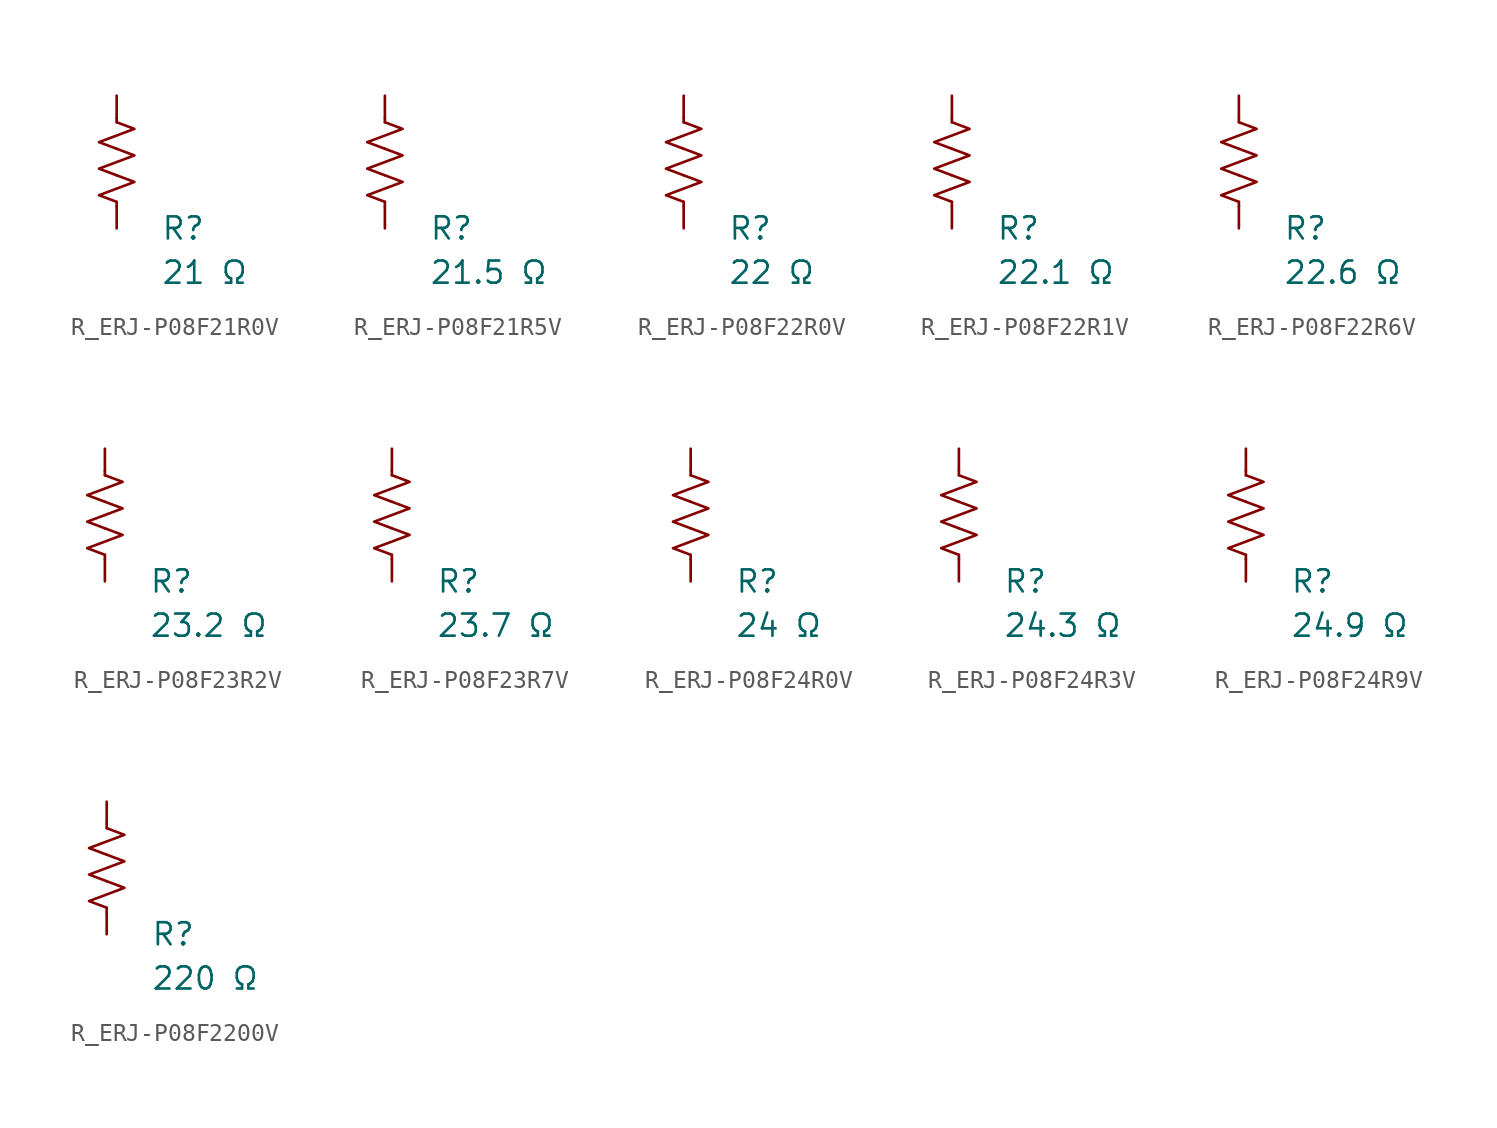
<source format=kicad_sym>
(kicad_symbol_lib
  (version 20231120)
  (generator "kicad_symbol_editor")
  (generator_version "8.0")
  (symbol "R_ERJ-P08F21R0V"
    (pin_numbers hide)
    (pin_names
      (offset 0))
    (property "Reference" "R"
      (at 2.54 -3.81 0)
      (effects (font (size 1.27 1.27)) (justify left))
      (show_name no))
    (property "Value" "21 Ω"
      (at 2.54 -6.35 0)
      (effects (font (size 1.27 1.27)) (justify left))
      (show_name no))
    (symbol "R_ERJ-P08F21R0V_0_1"
      (polyline (pts (xy 0 -2.286) (xy 0 -2.54)) (stroke (width 0) (type default)) (fill (type none)))
      (polyline (pts (xy 0 2.286) (xy 0 2.54)) (stroke (width 0) (type default)) (fill (type none)))
      (polyline (pts (xy 0 -0.762) (xy 1.016 -1.143) (xy 0 -1.524) (xy -1.016 -1.905) (xy 0 -2.286)) (stroke (width 0) (type default)) (fill (type none)))
      (polyline (pts (xy 0 0.762) (xy 1.016 0.381) (xy 0 0) (xy -1.016 -0.381) (xy 0 -0.762)) (stroke (width 0) (type default)) (fill (type none)))
      (polyline (pts (xy 0 2.286) (xy 1.016 1.905) (xy 0 1.524) (xy -1.016 1.143) (xy 0 0.762)) (stroke (width 0) (type default)) (fill (type none))))
    (symbol "R_ERJ-P08F21R0V_1_1"
      (pin passive line (at 0 3.81 270) (length 1.27) (name "~" (effects (font (size 1.27 1.27)))) (number "1" (effects (font (size 1.27 1.27)))))
      (pin passive line (at 0 -3.81 90) (length 1.27) (name "~" (effects (font (size 1.27 1.27)))) (number "2" (effects (font (size 1.27 1.27)))))))
  (symbol "R_ERJ-P08F21R5V"
    (pin_numbers hide)
    (pin_names
      (offset 0))
    (property "Reference" "R"
      (at 2.54 -3.81 0)
      (effects (font (size 1.27 1.27)) (justify left))
      (show_name no))
    (property "Value" "21.5 Ω"
      (at 2.54 -6.35 0)
      (effects (font (size 1.27 1.27)) (justify left))
      (show_name no))
    (symbol "R_ERJ-P08F21R5V_0_1"
      (polyline (pts (xy 0 -2.286) (xy 0 -2.54)) (stroke (width 0) (type default)) (fill (type none)))
      (polyline (pts (xy 0 2.286) (xy 0 2.54)) (stroke (width 0) (type default)) (fill (type none)))
      (polyline (pts (xy 0 -0.762) (xy 1.016 -1.143) (xy 0 -1.524) (xy -1.016 -1.905) (xy 0 -2.286)) (stroke (width 0) (type default)) (fill (type none)))
      (polyline (pts (xy 0 0.762) (xy 1.016 0.381) (xy 0 0) (xy -1.016 -0.381) (xy 0 -0.762)) (stroke (width 0) (type default)) (fill (type none)))
      (polyline (pts (xy 0 2.286) (xy 1.016 1.905) (xy 0 1.524) (xy -1.016 1.143) (xy 0 0.762)) (stroke (width 0) (type default)) (fill (type none))))
    (symbol "R_ERJ-P08F21R5V_1_1"
      (pin passive line (at 0 3.81 270) (length 1.27) (name "~" (effects (font (size 1.27 1.27)))) (number "1" (effects (font (size 1.27 1.27)))))
      (pin passive line (at 0 -3.81 90) (length 1.27) (name "~" (effects (font (size 1.27 1.27)))) (number "2" (effects (font (size 1.27 1.27)))))))
  (symbol "R_ERJ-P08F22R0V"
    (pin_numbers hide)
    (pin_names
      (offset 0))
    (property "Reference" "R"
      (at 2.54 -3.81 0)
      (effects (font (size 1.27 1.27)) (justify left))
      (show_name no))
    (property "Value" "22 Ω"
      (at 2.54 -6.35 0)
      (effects (font (size 1.27 1.27)) (justify left))
      (show_name no))
    (symbol "R_ERJ-P08F22R0V_0_1"
      (polyline (pts (xy 0 -2.286) (xy 0 -2.54)) (stroke (width 0) (type default)) (fill (type none)))
      (polyline (pts (xy 0 2.286) (xy 0 2.54)) (stroke (width 0) (type default)) (fill (type none)))
      (polyline (pts (xy 0 -0.762) (xy 1.016 -1.143) (xy 0 -1.524) (xy -1.016 -1.905) (xy 0 -2.286)) (stroke (width 0) (type default)) (fill (type none)))
      (polyline (pts (xy 0 0.762) (xy 1.016 0.381) (xy 0 0) (xy -1.016 -0.381) (xy 0 -0.762)) (stroke (width 0) (type default)) (fill (type none)))
      (polyline (pts (xy 0 2.286) (xy 1.016 1.905) (xy 0 1.524) (xy -1.016 1.143) (xy 0 0.762)) (stroke (width 0) (type default)) (fill (type none))))
    (symbol "R_ERJ-P08F22R0V_1_1"
      (pin passive line (at 0 3.81 270) (length 1.27) (name "~" (effects (font (size 1.27 1.27)))) (number "1" (effects (font (size 1.27 1.27)))))
      (pin passive line (at 0 -3.81 90) (length 1.27) (name "~" (effects (font (size 1.27 1.27)))) (number "2" (effects (font (size 1.27 1.27)))))))
  (symbol "R_ERJ-P08F22R1V"
    (pin_numbers hide)
    (pin_names
      (offset 0))
    (property "Reference" "R"
      (at 2.54 -3.81 0)
      (effects (font (size 1.27 1.27)) (justify left))
      (show_name no))
    (property "Value" "22.1 Ω"
      (at 2.54 -6.35 0)
      (effects (font (size 1.27 1.27)) (justify left))
      (show_name no))
    (symbol "R_ERJ-P08F22R1V_0_1"
      (polyline (pts (xy 0 -2.286) (xy 0 -2.54)) (stroke (width 0) (type default)) (fill (type none)))
      (polyline (pts (xy 0 2.286) (xy 0 2.54)) (stroke (width 0) (type default)) (fill (type none)))
      (polyline (pts (xy 0 -0.762) (xy 1.016 -1.143) (xy 0 -1.524) (xy -1.016 -1.905) (xy 0 -2.286)) (stroke (width 0) (type default)) (fill (type none)))
      (polyline (pts (xy 0 0.762) (xy 1.016 0.381) (xy 0 0) (xy -1.016 -0.381) (xy 0 -0.762)) (stroke (width 0) (type default)) (fill (type none)))
      (polyline (pts (xy 0 2.286) (xy 1.016 1.905) (xy 0 1.524) (xy -1.016 1.143) (xy 0 0.762)) (stroke (width 0) (type default)) (fill (type none))))
    (symbol "R_ERJ-P08F22R1V_1_1"
      (pin passive line (at 0 3.81 270) (length 1.27) (name "~" (effects (font (size 1.27 1.27)))) (number "1" (effects (font (size 1.27 1.27)))))
      (pin passive line (at 0 -3.81 90) (length 1.27) (name "~" (effects (font (size 1.27 1.27)))) (number "2" (effects (font (size 1.27 1.27)))))))
  (symbol "R_ERJ-P08F22R6V"
    (pin_numbers hide)
    (pin_names
      (offset 0))
    (property "Reference" "R"
      (at 2.54 -3.81 0)
      (effects (font (size 1.27 1.27)) (justify left))
      (show_name no))
    (property "Value" "22.6 Ω"
      (at 2.54 -6.35 0)
      (effects (font (size 1.27 1.27)) (justify left))
      (show_name no))
    (symbol "R_ERJ-P08F22R6V_0_1"
      (polyline (pts (xy 0 -2.286) (xy 0 -2.54)) (stroke (width 0) (type default)) (fill (type none)))
      (polyline (pts (xy 0 2.286) (xy 0 2.54)) (stroke (width 0) (type default)) (fill (type none)))
      (polyline (pts (xy 0 -0.762) (xy 1.016 -1.143) (xy 0 -1.524) (xy -1.016 -1.905) (xy 0 -2.286)) (stroke (width 0) (type default)) (fill (type none)))
      (polyline (pts (xy 0 0.762) (xy 1.016 0.381) (xy 0 0) (xy -1.016 -0.381) (xy 0 -0.762)) (stroke (width 0) (type default)) (fill (type none)))
      (polyline (pts (xy 0 2.286) (xy 1.016 1.905) (xy 0 1.524) (xy -1.016 1.143) (xy 0 0.762)) (stroke (width 0) (type default)) (fill (type none))))
    (symbol "R_ERJ-P08F22R6V_1_1"
      (pin passive line (at 0 3.81 270) (length 1.27) (name "~" (effects (font (size 1.27 1.27)))) (number "1" (effects (font (size 1.27 1.27)))))
      (pin passive line (at 0 -3.81 90) (length 1.27) (name "~" (effects (font (size 1.27 1.27)))) (number "2" (effects (font (size 1.27 1.27)))))))
  (symbol "R_ERJ-P08F23R2V"
    (pin_numbers hide)
    (pin_names
      (offset 0))
    (property "Reference" "R"
      (at 2.54 -3.81 0)
      (effects (font (size 1.27 1.27)) (justify left))
      (show_name no))
    (property "Value" "23.2 Ω"
      (at 2.54 -6.35 0)
      (effects (font (size 1.27 1.27)) (justify left))
      (show_name no))
    (symbol "R_ERJ-P08F23R2V_0_1"
      (polyline (pts (xy 0 -2.286) (xy 0 -2.54)) (stroke (width 0) (type default)) (fill (type none)))
      (polyline (pts (xy 0 2.286) (xy 0 2.54)) (stroke (width 0) (type default)) (fill (type none)))
      (polyline (pts (xy 0 -0.762) (xy 1.016 -1.143) (xy 0 -1.524) (xy -1.016 -1.905) (xy 0 -2.286)) (stroke (width 0) (type default)) (fill (type none)))
      (polyline (pts (xy 0 0.762) (xy 1.016 0.381) (xy 0 0) (xy -1.016 -0.381) (xy 0 -0.762)) (stroke (width 0) (type default)) (fill (type none)))
      (polyline (pts (xy 0 2.286) (xy 1.016 1.905) (xy 0 1.524) (xy -1.016 1.143) (xy 0 0.762)) (stroke (width 0) (type default)) (fill (type none))))
    (symbol "R_ERJ-P08F23R2V_1_1"
      (pin passive line (at 0 3.81 270) (length 1.27) (name "~" (effects (font (size 1.27 1.27)))) (number "1" (effects (font (size 1.27 1.27)))))
      (pin passive line (at 0 -3.81 90) (length 1.27) (name "~" (effects (font (size 1.27 1.27)))) (number "2" (effects (font (size 1.27 1.27)))))))
  (symbol "R_ERJ-P08F23R7V"
    (pin_numbers hide)
    (pin_names
      (offset 0))
    (property "Reference" "R"
      (at 2.54 -3.81 0)
      (effects (font (size 1.27 1.27)) (justify left))
      (show_name no))
    (property "Value" "23.7 Ω"
      (at 2.54 -6.35 0)
      (effects (font (size 1.27 1.27)) (justify left))
      (show_name no))
    (symbol "R_ERJ-P08F23R7V_0_1"
      (polyline (pts (xy 0 -2.286) (xy 0 -2.54)) (stroke (width 0) (type default)) (fill (type none)))
      (polyline (pts (xy 0 2.286) (xy 0 2.54)) (stroke (width 0) (type default)) (fill (type none)))
      (polyline (pts (xy 0 -0.762) (xy 1.016 -1.143) (xy 0 -1.524) (xy -1.016 -1.905) (xy 0 -2.286)) (stroke (width 0) (type default)) (fill (type none)))
      (polyline (pts (xy 0 0.762) (xy 1.016 0.381) (xy 0 0) (xy -1.016 -0.381) (xy 0 -0.762)) (stroke (width 0) (type default)) (fill (type none)))
      (polyline (pts (xy 0 2.286) (xy 1.016 1.905) (xy 0 1.524) (xy -1.016 1.143) (xy 0 0.762)) (stroke (width 0) (type default)) (fill (type none))))
    (symbol "R_ERJ-P08F23R7V_1_1"
      (pin passive line (at 0 3.81 270) (length 1.27) (name "~" (effects (font (size 1.27 1.27)))) (number "1" (effects (font (size 1.27 1.27)))))
      (pin passive line (at 0 -3.81 90) (length 1.27) (name "~" (effects (font (size 1.27 1.27)))) (number "2" (effects (font (size 1.27 1.27)))))))
  (symbol "R_ERJ-P08F24R0V"
    (pin_numbers hide)
    (pin_names
      (offset 0))
    (property "Reference" "R"
      (at 2.54 -3.81 0)
      (effects (font (size 1.27 1.27)) (justify left))
      (show_name no))
    (property "Value" "24 Ω"
      (at 2.54 -6.35 0)
      (effects (font (size 1.27 1.27)) (justify left))
      (show_name no))
    (symbol "R_ERJ-P08F24R0V_0_1"
      (polyline (pts (xy 0 -2.286) (xy 0 -2.54)) (stroke (width 0) (type default)) (fill (type none)))
      (polyline (pts (xy 0 2.286) (xy 0 2.54)) (stroke (width 0) (type default)) (fill (type none)))
      (polyline (pts (xy 0 -0.762) (xy 1.016 -1.143) (xy 0 -1.524) (xy -1.016 -1.905) (xy 0 -2.286)) (stroke (width 0) (type default)) (fill (type none)))
      (polyline (pts (xy 0 0.762) (xy 1.016 0.381) (xy 0 0) (xy -1.016 -0.381) (xy 0 -0.762)) (stroke (width 0) (type default)) (fill (type none)))
      (polyline (pts (xy 0 2.286) (xy 1.016 1.905) (xy 0 1.524) (xy -1.016 1.143) (xy 0 0.762)) (stroke (width 0) (type default)) (fill (type none))))
    (symbol "R_ERJ-P08F24R0V_1_1"
      (pin passive line (at 0 3.81 270) (length 1.27) (name "~" (effects (font (size 1.27 1.27)))) (number "1" (effects (font (size 1.27 1.27)))))
      (pin passive line (at 0 -3.81 90) (length 1.27) (name "~" (effects (font (size 1.27 1.27)))) (number "2" (effects (font (size 1.27 1.27)))))))
  (symbol "R_ERJ-P08F24R3V"
    (pin_numbers hide)
    (pin_names
      (offset 0))
    (property "Reference" "R"
      (at 2.54 -3.81 0)
      (effects (font (size 1.27 1.27)) (justify left))
      (show_name no))
    (property "Value" "24.3 Ω"
      (at 2.54 -6.35 0)
      (effects (font (size 1.27 1.27)) (justify left))
      (show_name no))
    (symbol "R_ERJ-P08F24R3V_0_1"
      (polyline (pts (xy 0 -2.286) (xy 0 -2.54)) (stroke (width 0) (type default)) (fill (type none)))
      (polyline (pts (xy 0 2.286) (xy 0 2.54)) (stroke (width 0) (type default)) (fill (type none)))
      (polyline (pts (xy 0 -0.762) (xy 1.016 -1.143) (xy 0 -1.524) (xy -1.016 -1.905) (xy 0 -2.286)) (stroke (width 0) (type default)) (fill (type none)))
      (polyline (pts (xy 0 0.762) (xy 1.016 0.381) (xy 0 0) (xy -1.016 -0.381) (xy 0 -0.762)) (stroke (width 0) (type default)) (fill (type none)))
      (polyline (pts (xy 0 2.286) (xy 1.016 1.905) (xy 0 1.524) (xy -1.016 1.143) (xy 0 0.762)) (stroke (width 0) (type default)) (fill (type none))))
    (symbol "R_ERJ-P08F24R3V_1_1"
      (pin passive line (at 0 3.81 270) (length 1.27) (name "~" (effects (font (size 1.27 1.27)))) (number "1" (effects (font (size 1.27 1.27)))))
      (pin passive line (at 0 -3.81 90) (length 1.27) (name "~" (effects (font (size 1.27 1.27)))) (number "2" (effects (font (size 1.27 1.27)))))))
  (symbol "R_ERJ-P08F24R9V"
    (pin_numbers hide)
    (pin_names
      (offset 0))
    (property "Reference" "R"
      (at 2.54 -3.81 0)
      (effects (font (size 1.27 1.27)) (justify left))
      (show_name no))
    (property "Value" "24.9 Ω"
      (at 2.54 -6.35 0)
      (effects (font (size 1.27 1.27)) (justify left))
      (show_name no))
    (symbol "R_ERJ-P08F24R9V_0_1"
      (polyline (pts (xy 0 -2.286) (xy 0 -2.54)) (stroke (width 0) (type default)) (fill (type none)))
      (polyline (pts (xy 0 2.286) (xy 0 2.54)) (stroke (width 0) (type default)) (fill (type none)))
      (polyline (pts (xy 0 -0.762) (xy 1.016 -1.143) (xy 0 -1.524) (xy -1.016 -1.905) (xy 0 -2.286)) (stroke (width 0) (type default)) (fill (type none)))
      (polyline (pts (xy 0 0.762) (xy 1.016 0.381) (xy 0 0) (xy -1.016 -0.381) (xy 0 -0.762)) (stroke (width 0) (type default)) (fill (type none)))
      (polyline (pts (xy 0 2.286) (xy 1.016 1.905) (xy 0 1.524) (xy -1.016 1.143) (xy 0 0.762)) (stroke (width 0) (type default)) (fill (type none))))
    (symbol "R_ERJ-P08F24R9V_1_1"
      (pin passive line (at 0 3.81 270) (length 1.27) (name "~" (effects (font (size 1.27 1.27)))) (number "1" (effects (font (size 1.27 1.27)))))
      (pin passive line (at 0 -3.81 90) (length 1.27) (name "~" (effects (font (size 1.27 1.27)))) (number "2" (effects (font (size 1.27 1.27)))))))
  (symbol "R_ERJ-P08F2200V"
    (pin_numbers hide)
    (pin_names
      (offset 0))
    (property "Reference" "R"
      (at 2.54 -3.81 0)
      (effects (font (size 1.27 1.27)) (justify left))
      (show_name no))
    (property "Value" "220 Ω"
      (at 2.54 -6.35 0)
      (effects (font (size 1.27 1.27)) (justify left))
      (show_name no))
    (symbol "R_ERJ-P08F2200V_0_1"
      (polyline (pts (xy 0 -2.286) (xy 0 -2.54)) (stroke (width 0) (type default)) (fill (type none)))
      (polyline (pts (xy 0 2.286) (xy 0 2.54)) (stroke (width 0) (type default)) (fill (type none)))
      (polyline (pts (xy 0 -0.762) (xy 1.016 -1.143) (xy 0 -1.524) (xy -1.016 -1.905) (xy 0 -2.286)) (stroke (width 0) (type default)) (fill (type none)))
      (polyline (pts (xy 0 0.762) (xy 1.016 0.381) (xy 0 0) (xy -1.016 -0.381) (xy 0 -0.762)) (stroke (width 0) (type default)) (fill (type none)))
      (polyline (pts (xy 0 2.286) (xy 1.016 1.905) (xy 0 1.524) (xy -1.016 1.143) (xy 0 0.762)) (stroke (width 0) (type default)) (fill (type none))))
    (symbol "R_ERJ-P08F2200V_1_1"
      (pin passive line (at 0 3.81 270) (length 1.27) (name "~" (effects (font (size 1.27 1.27)))) (number "1" (effects (font (size 1.27 1.27)))))
      (pin passive line (at 0 -3.81 90) (length 1.27) (name "~" (effects (font (size 1.27 1.27)))) (number "2" (effects (font (size 1.27 1.27))))))))
</source>
